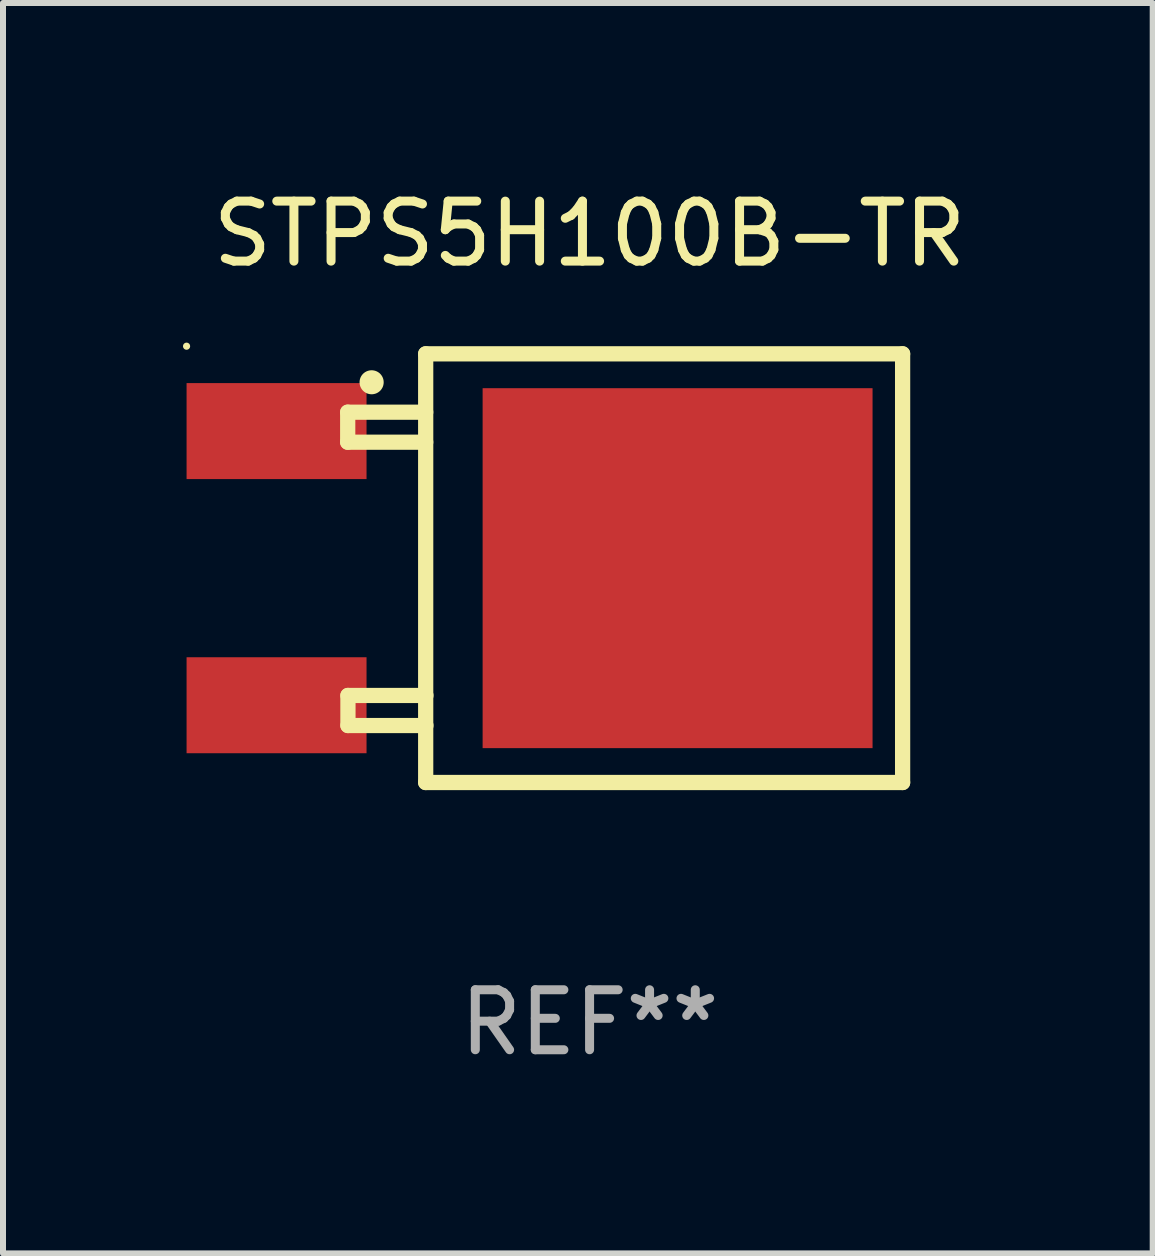
<source format=kicad_pcb>
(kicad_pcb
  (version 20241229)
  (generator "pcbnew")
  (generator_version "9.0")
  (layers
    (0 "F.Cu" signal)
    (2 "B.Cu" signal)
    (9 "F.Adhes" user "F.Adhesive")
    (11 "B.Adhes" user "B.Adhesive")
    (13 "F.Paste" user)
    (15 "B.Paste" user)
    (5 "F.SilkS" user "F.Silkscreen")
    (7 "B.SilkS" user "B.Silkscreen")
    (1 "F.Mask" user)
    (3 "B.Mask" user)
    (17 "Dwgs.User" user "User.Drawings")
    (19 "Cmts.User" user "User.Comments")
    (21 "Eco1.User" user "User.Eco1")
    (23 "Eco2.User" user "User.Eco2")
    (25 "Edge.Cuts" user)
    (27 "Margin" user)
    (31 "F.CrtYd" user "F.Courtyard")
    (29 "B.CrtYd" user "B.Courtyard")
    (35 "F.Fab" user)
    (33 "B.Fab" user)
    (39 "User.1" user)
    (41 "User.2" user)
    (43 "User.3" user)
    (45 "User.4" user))
  (footprint "STPS5H100B-TR"
    (layer "F.Cu")
    (at 6.778 6.421)
    (property "Reference" "STPS5H100B-TR" (at 0 -5.573 0) (layer "F.SilkS") (effects (font (size 1 1) (thickness 0.15))))
    (attr through_hole)
    (fp_line (start -4.032 -2.6) (end -4.032 -2.1) (stroke (width 0.254) (type solid)) (layer "F.SilkS"))
    (fp_line (start -4.032 -2.1) (end -2.732 -2.1) (stroke (width 0.254) (type solid)) (layer "F.SilkS"))
    (fp_line (start -4.028 2.122) (end -4.028 2.623) (stroke (width 0.254) (type solid)) (layer "F.SilkS"))
    (fp_line (start -4.028 2.623) (end -2.728 2.623) (stroke (width 0.254) (type solid)) (layer "F.SilkS"))
    (fp_line (start -2.732 -3.573) (end -2.732 3.573) (stroke (width 0.254) (type solid)) (layer "F.SilkS"))
    (fp_line (start -2.732 -2.6) (end -4.032 -2.6) (stroke (width 0.254) (type solid)) (layer "F.SilkS"))
    (fp_line (start -2.732 3.573) (end 5.218 3.573) (stroke (width 0.254) (type solid)) (layer "F.SilkS"))
    (fp_line (start -2.728 2.122) (end -4.028 2.122) (stroke (width 0.254) (type solid)) (layer "F.SilkS"))
    (fp_line (start 5.218 -3.573) (end -2.732 -3.573) (stroke (width 0.254) (type solid)) (layer "F.SilkS"))
    (fp_line (start 5.218 3.573) (end 5.218 -3.573) (stroke (width 0.254) (type solid)) (layer "F.SilkS"))
    (fp_arc (start -3.63462 -3.098781) (mid -3.63335 -3.098785) (end -3.63208 -3.098781) (stroke (width 0.4) (type solid)) (layer "F.SilkS"))
    (fp_circle (center -6.718 -3.7) (end -6.688 -3.7) (stroke (width 0.06) (type solid)) (fill no) (layer "F.SilkS"))
    (fp_text user "REF**" (at 0 7.573 0) (layer "F.Fab") (effects (font (size 1 1) (thickness 0.15))))
    (pad "1" smd rect (at -5.218 -2.285) (size 3 1.6) (layers "F.Cu" "F.Mask" "F.Paste"))
    (pad "2" smd rect (at -5.218 2.285) (size 3 1.6) (layers "F.Cu" "F.Mask" "F.Paste"))
    (pad "3" smd rect (at 1.467 0.000025) (size 6.5 6) (layers "F.Cu" "F.Mask" "F.Paste")))
  (gr_rect
    (start -3 -3)
    (end 16.165 17.843)
    (stroke (width 0.1) (type default))
    (fill no)
    (layer "Edge.Cuts")))
</source>
